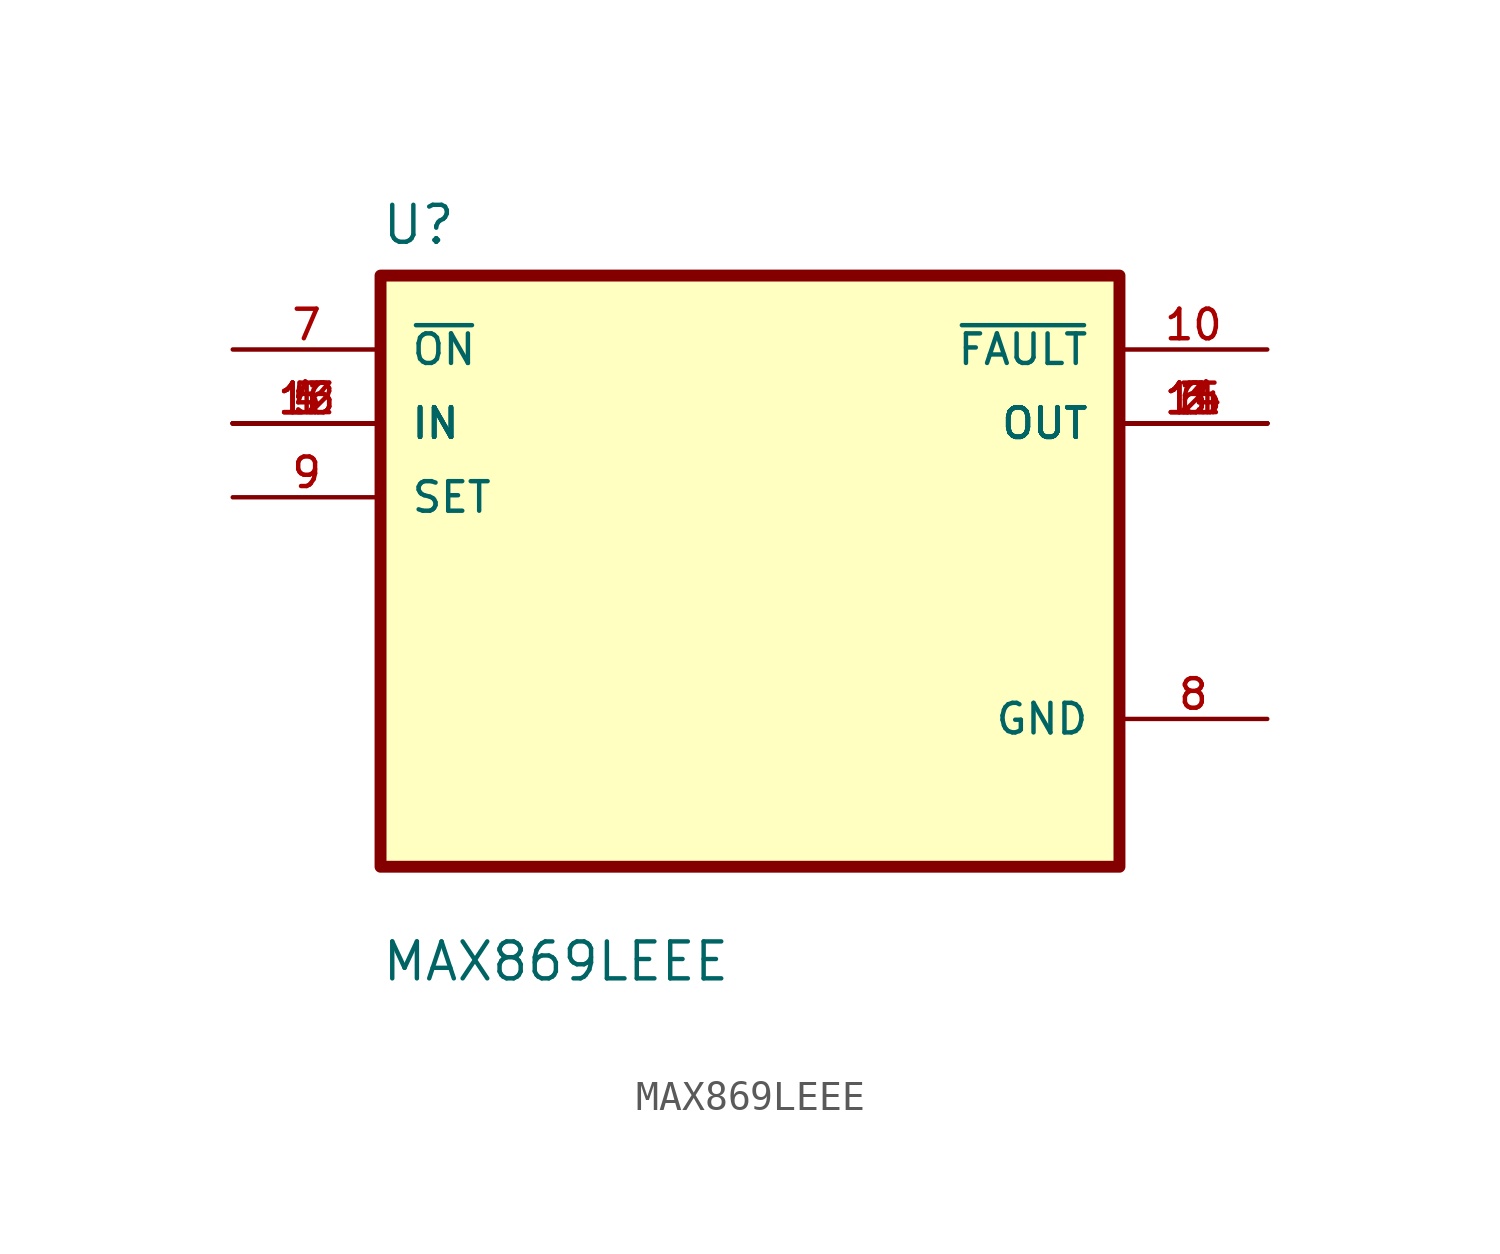
<source format=kicad_sym>
(kicad_symbol_lib
  (version 20211014)
  (generator kicad_symbol_editor)
  (symbol "MAX869LEEE"
    (pin_names
      (offset 1.016))
    (property "Reference" "U"
      (at -12.7 11.16 0.0)
      (effects (font (size 1.27 1.27)) (justify bottom left)))
    (property "Value" "MAX869LEEE"
      (at -12.7 -14.16 0.0)
      (effects (font (size 1.27 1.27)) (justify bottom left)))
    (symbol "MAX869LEEE_0_0"
      (rectangle (start -12.7 -10.16) (end 12.7 10.16) (stroke (width 0.41)) (fill (type background)))
      (pin input line (at -17.78 7.62 0) (length 5.08) (name "~{ON}" (effects (font (size 1.016 1.016)))) (number "7" (effects (font (size 1.016 1.016)))))
      (pin input line (at -17.78 5.08 0) (length 5.08) (name "IN" (effects (font (size 1.016 1.016)))) (number "1" (effects (font (size 1.016 1.016)))))
      (pin input line (at -17.78 5.08 0) (length 5.08) (name "IN" (effects (font (size 1.016 1.016)))) (number "4" (effects (font (size 1.016 1.016)))))
      (pin input line (at -17.78 5.08 0) (length 5.08) (name "IN" (effects (font (size 1.016 1.016)))) (number "5" (effects (font (size 1.016 1.016)))))
      (pin input line (at -17.78 5.08 0) (length 5.08) (name "IN" (effects (font (size 1.016 1.016)))) (number "12" (effects (font (size 1.016 1.016)))))
      (pin input line (at -17.78 5.08 0) (length 5.08) (name "IN" (effects (font (size 1.016 1.016)))) (number "13" (effects (font (size 1.016 1.016)))))
      (pin input line (at -17.78 5.08 0) (length 5.08) (name "IN" (effects (font (size 1.016 1.016)))) (number "16" (effects (font (size 1.016 1.016)))))
      (pin input line (at -17.78 2.54 0) (length 5.08) (name "SET" (effects (font (size 1.016 1.016)))) (number "9" (effects (font (size 1.016 1.016)))))
      (pin output line (at 17.78 7.62 180.0) (length 5.08) (name "~{FAULT}" (effects (font (size 1.016 1.016)))) (number "10" (effects (font (size 1.016 1.016)))))
      (pin output line (at 17.78 5.08 180.0) (length 5.08) (name "OUT" (effects (font (size 1.016 1.016)))) (number "2" (effects (font (size 1.016 1.016)))))
      (pin output line (at 17.78 5.08 180.0) (length 5.08) (name "OUT" (effects (font (size 1.016 1.016)))) (number "3" (effects (font (size 1.016 1.016)))))
      (pin output line (at 17.78 5.08 180.0) (length 5.08) (name "OUT" (effects (font (size 1.016 1.016)))) (number "6" (effects (font (size 1.016 1.016)))))
      (pin output line (at 17.78 5.08 180.0) (length 5.08) (name "OUT" (effects (font (size 1.016 1.016)))) (number "11" (effects (font (size 1.016 1.016)))))
      (pin output line (at 17.78 5.08 180.0) (length 5.08) (name "OUT" (effects (font (size 1.016 1.016)))) (number "14" (effects (font (size 1.016 1.016)))))
      (pin output line (at 17.78 5.08 180.0) (length 5.08) (name "OUT" (effects (font (size 1.016 1.016)))) (number "15" (effects (font (size 1.016 1.016)))))
      (pin power_in line (at 17.78 -5.08 180.0) (length 5.08) (name "GND" (effects (font (size 1.016 1.016)))) (number "8" (effects (font (size 1.016 1.016))))))))
</source>
